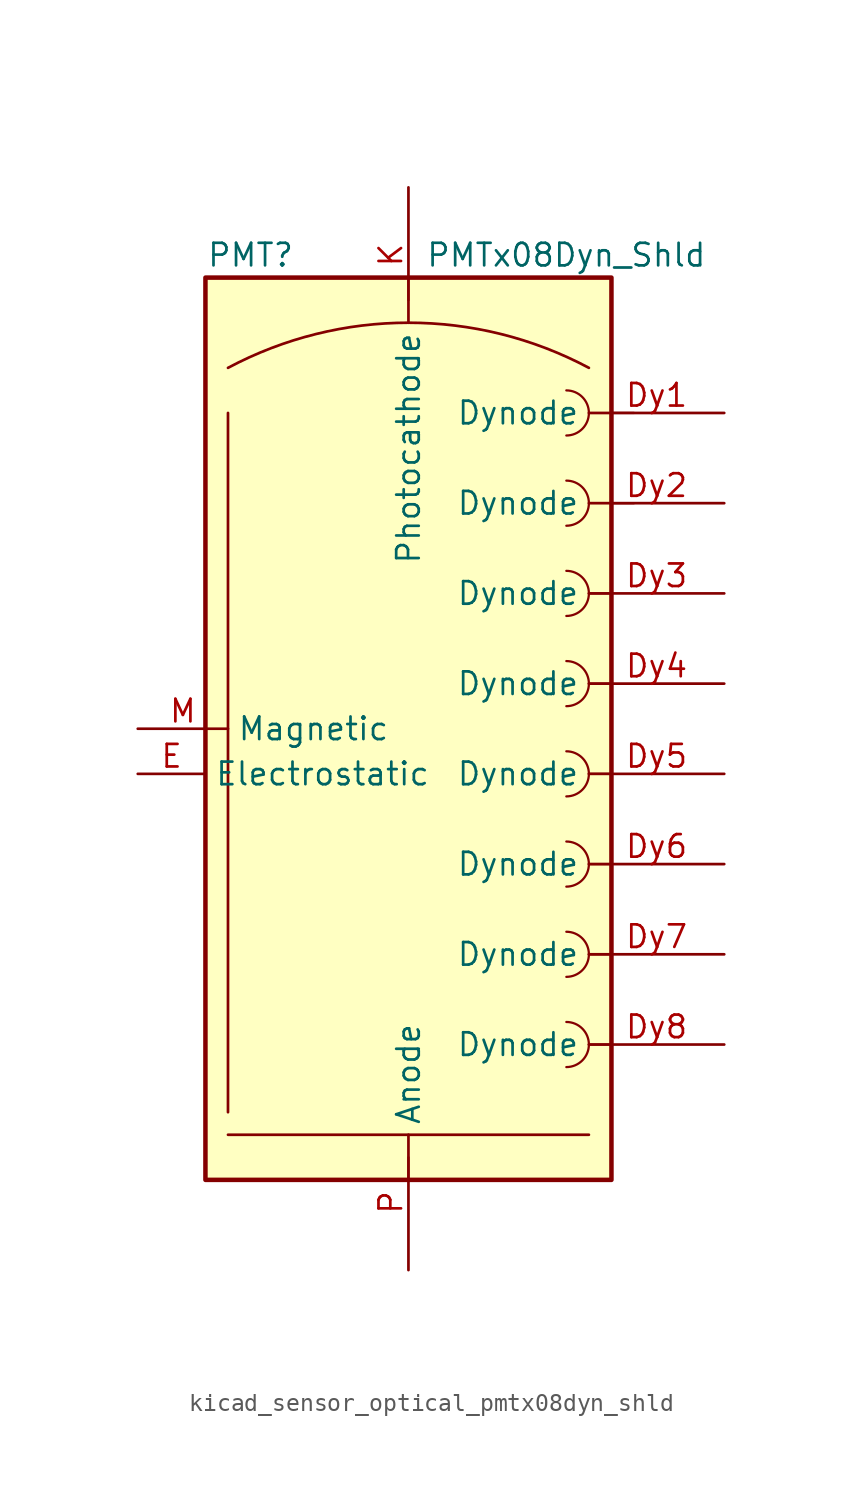
<source format=kicad_sym>
(kicad_symbol_lib
  (version 20220914)
  (generator kicad_symbol_editor)
  (symbol "kicad_sensor_optical_pmtx08dyn_shld"
    (property "Reference" "PMT"
      (at -8.89 26.67 0)
      (effects (font (size 1.27 1.27))))
    (property "Value" "PMTx08Dyn_Shld"
      (at 8.89 26.67 0)
      (effects (font (size 1.27 1.27))))
    (symbol "kicad_sensor_optical_pmtx08dyn_shld_0_1"
      (polyline (pts (xy -10.16 17.78) (xy -10.16 -21.59)) (stroke (width 0) (type default)) (fill (type none)))
      (polyline (pts (xy 0 -25.4) (xy 0 -24.13)) (stroke (width 0.127) (type default)) (fill (type none)))
      (polyline (pts (xy 0 25.4) (xy 0 24.13)) (stroke (width 0.127) (type default)) (fill (type none)))
      (polyline (pts (xy 10.16 -22.86) (xy -10.16 -22.86)) (stroke (width 0) (type default)) (fill (type none)))
      (polyline (pts (xy 11.43 -17.78) (xy 10.16 -17.78)) (stroke (width 0.127) (type default)) (fill (type none)))
      (polyline (pts (xy 11.43 -12.7) (xy 10.16 -12.7)) (stroke (width 0.127) (type default)) (fill (type none)))
      (polyline (pts (xy 11.43 -7.62) (xy 10.16 -7.62)) (stroke (width 0.127) (type default)) (fill (type none)))
      (polyline (pts (xy 11.43 -2.54) (xy 10.16 -2.54)) (stroke (width 0.127) (type default)) (fill (type none)))
      (polyline (pts (xy 11.43 2.54) (xy 10.16 2.54)) (stroke (width 0.127) (type default)) (fill (type none)))
      (polyline (pts (xy 11.43 7.62) (xy 10.16 7.62)) (stroke (width 0.127) (type default)) (fill (type none)))
      (polyline (pts (xy 12.7 12.7) (xy 11.43 12.7)) (stroke (width 0.127) (type default)) (fill (type none)))
      (polyline (pts (xy 12.7 17.78) (xy 11.43 17.78)) (stroke (width 0.127) (type default)) (fill (type none)))
      (arc (start 8.89 -19.05) (mid 10.1545 -17.78) (end 8.89 -16.51) (stroke (width 0.127) (type default)) (fill (type none)))
      (arc (start 8.89 -13.97) (mid 10.1545 -12.7) (end 8.89 -11.43) (stroke (width 0.127) (type default)) (fill (type none)))
      (arc (start 8.89 -8.89) (mid 10.1545 -7.62) (end 8.89 -6.35) (stroke (width 0.127) (type default)) (fill (type none)))
      (arc (start 8.89 -3.81) (mid 10.1545 -2.54) (end 8.89 -1.27) (stroke (width 0.127) (type default)) (fill (type none)))
      (arc (start 8.89 1.27) (mid 10.1545 2.54) (end 8.89 3.81) (stroke (width 0.127) (type default)) (fill (type none)))
      (arc (start 8.89 6.35) (mid 10.1545 7.62) (end 8.89 8.89) (stroke (width 0.127) (type default)) (fill (type none)))
      (arc (start 8.89 11.43) (mid 10.1545 12.7) (end 8.89 13.97) (stroke (width 0.127) (type default)) (fill (type none)))
      (arc (start 8.89 16.51) (mid 10.1545 17.78) (end 8.89 19.05) (stroke (width 0.127) (type default)) (fill (type none)))
      (arc (start 10.16 20.32) (mid 0 22.86) (end -10.16 20.32) (stroke (width 0) (type default)) (fill (type none)))
      (rectangle (start 11.43 -25.4) (end -11.43 25.4) (stroke (width 0.254) (type default)) (fill (type background))))
    (symbol "kicad_sensor_optical_pmtx08dyn_shld_1_1"
      (pin passive line (at 17.78 17.78 180) (length 7.62) (name "Dynode" (effects (font (size 1.27 1.27)))) (number "Dy1" (effects (font (size 1.27 1.27)))))
      (pin passive line (at 17.78 12.7 180) (length 7.62) (name "Dynode" (effects (font (size 1.27 1.27)))) (number "Dy2" (effects (font (size 1.27 1.27)))))
      (pin passive line (at 17.78 7.62 180) (length 7.62) (name "Dynode" (effects (font (size 1.27 1.27)))) (number "Dy3" (effects (font (size 1.27 1.27)))))
      (pin passive line (at 17.78 2.54 180) (length 7.62) (name "Dynode" (effects (font (size 1.27 1.27)))) (number "Dy4" (effects (font (size 1.27 1.27)))))
      (pin passive line (at 17.78 -2.54 180) (length 7.62) (name "Dynode" (effects (font (size 1.27 1.27)))) (number "Dy5" (effects (font (size 1.27 1.27)))))
      (pin passive line (at 17.78 -7.62 180) (length 7.62) (name "Dynode" (effects (font (size 1.27 1.27)))) (number "Dy6" (effects (font (size 1.27 1.27)))))
      (pin passive line (at 17.78 -12.7 180) (length 7.62) (name "Dynode" (effects (font (size 1.27 1.27)))) (number "Dy7" (effects (font (size 1.27 1.27)))))
      (pin passive line (at 17.78 -17.78 180) (length 7.62) (name "Dynode" (effects (font (size 1.27 1.27)))) (number "Dy8" (effects (font (size 1.27 1.27)))))
      (pin passive line (at -15.24 -2.54 0) (length 3.81) (name "Electrostatic" (effects (font (size 1.27 1.27)))) (number "E" (effects (font (size 1.27 1.27)))))
      (pin passive line (at 0 30.48 270) (length 7.62) (name "Photocathode" (effects (font (size 1.27 1.27)))) (number "K" (effects (font (size 1.27 1.27)))))
      (pin passive line (at -15.24 0 0) (length 5.08) (name "Magnetic" (effects (font (size 1.27 1.27)))) (number "M" (effects (font (size 1.27 1.27)))))
      (pin passive line (at 0 -30.48 90) (length 7.62) (name "Anode" (effects (font (size 1.27 1.27)))) (number "P" (effects (font (size 1.27 1.27))))))))
</source>
